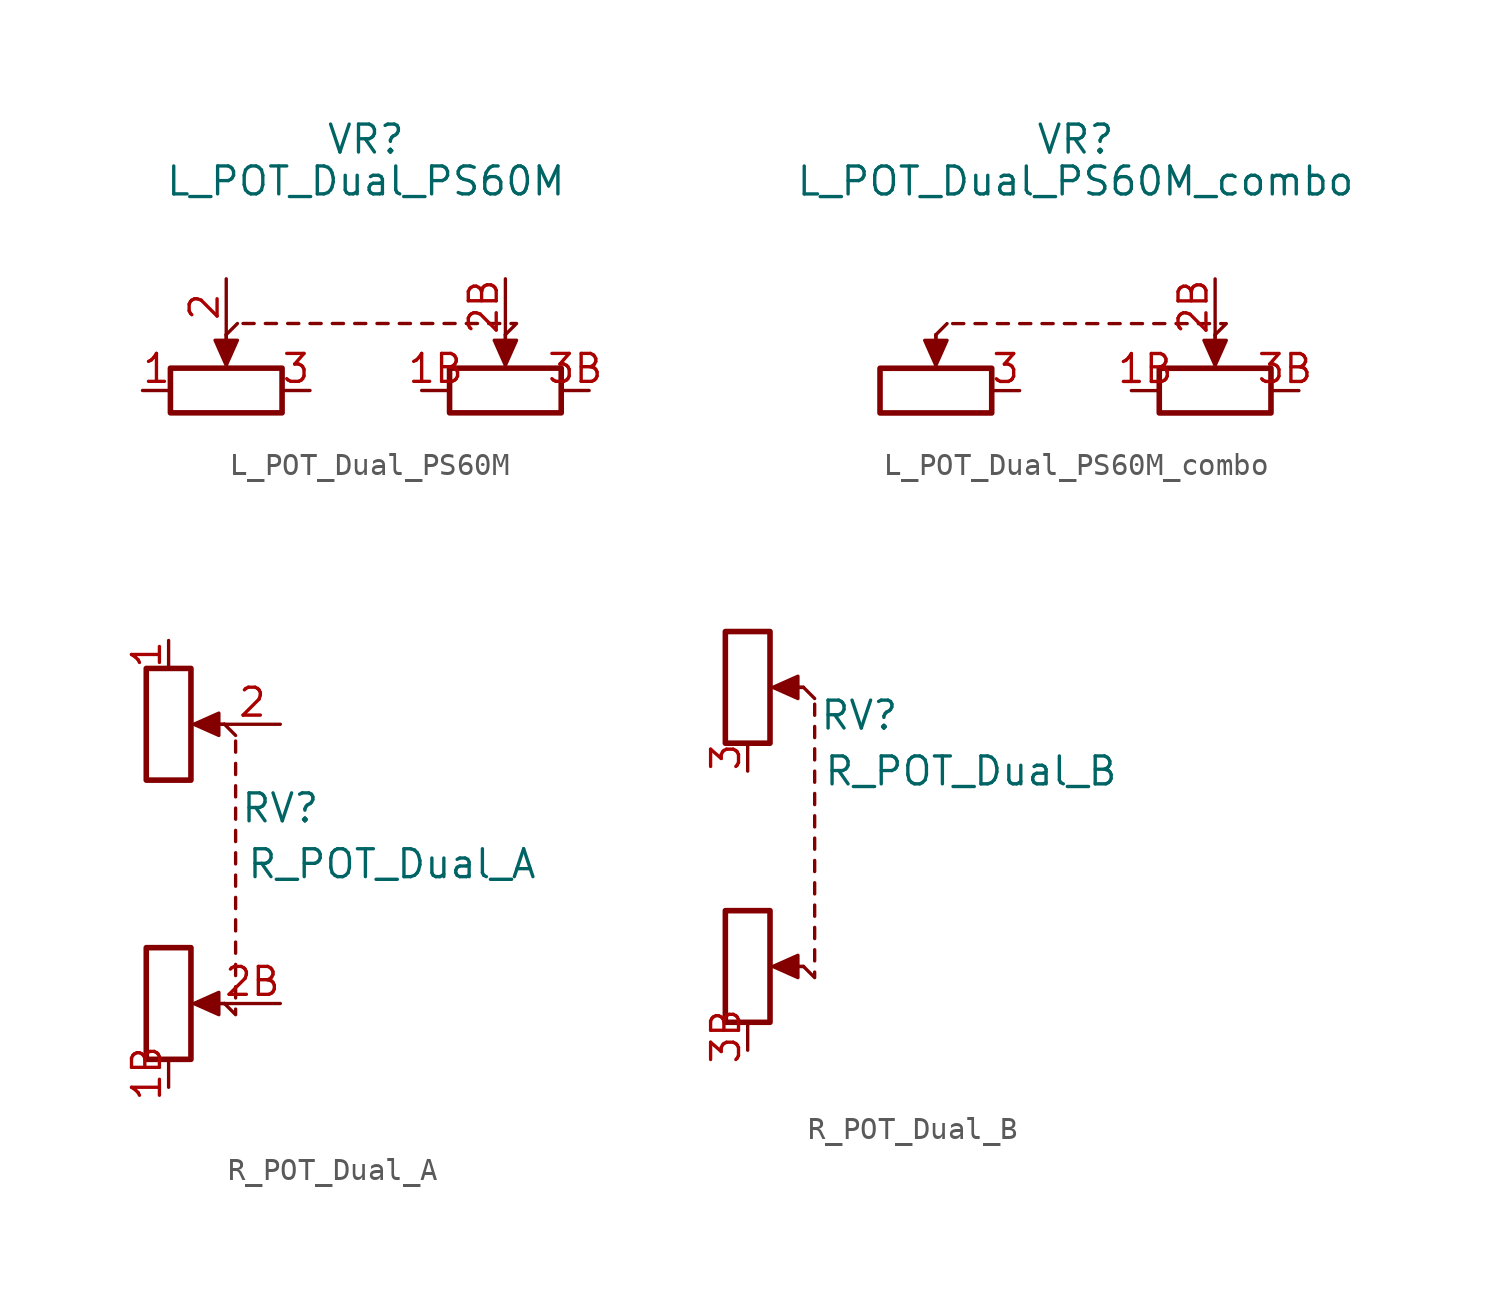
<source format=kicad_sym>
(kicad_symbol_lib
  (version 20211014)
  (generator kicad_symbol_editor)
  (symbol "L_POT_Dual_PS60M"
    (pin_names
      (offset 1.016) hide)
    (property "Reference" "VR"
      (at 0 8.89 0)
      (effects (font (size 1.27 1.27))))
    (property "Value" "L_POT_Dual_PS60M"
      (at 0 6.985 0)
      (effects (font (size 1.27 1.27))))
    (symbol "L_POT_Dual_PS60M_0_1"
      (rectangle (start -8.89 -1.524) (end -3.81 -3.556) (stroke (width 0.254) (type default) (color 0 0 0 0)) (fill (type none)))
      (polyline (pts (xy -6.35 0) (xy -6.35 -1.016)) (stroke (width 0) (type default) (color 0 0 0 0)) (fill (type none)))
      (polyline (pts (xy -6.35 0) (xy -6.35 -1.016)) (stroke (width 0) (type default) (color 0 0 0 0)) (fill (type none)))
      (polyline (pts (xy -6.35 0) (xy -5.842 0.508)) (stroke (width 0) (type default) (color 0 0 0 0)) (fill (type none)))
      (polyline (pts (xy -5.588 0.508) (xy -5.08 0.508)) (stroke (width 0) (type default) (color 0 0 0 0)) (fill (type none)))
      (polyline (pts (xy -4.572 0.508) (xy -4.064 0.508)) (stroke (width 0) (type default) (color 0 0 0 0)) (fill (type none)))
      (polyline (pts (xy -3.556 0.508) (xy -3.048 0.508)) (stroke (width 0) (type default) (color 0 0 0 0)) (fill (type none)))
      (polyline (pts (xy -2.54 0.508) (xy -2.032 0.508)) (stroke (width 0) (type default) (color 0 0 0 0)) (fill (type none)))
      (polyline (pts (xy -1.524 0.508) (xy -1.016 0.508)) (stroke (width 0) (type default) (color 0 0 0 0)) (fill (type none)))
      (polyline (pts (xy -0.508 0.508) (xy 0 0.508)) (stroke (width 0) (type default) (color 0 0 0 0)) (fill (type none)))
      (polyline (pts (xy 0.508 0.508) (xy 1.016 0.508)) (stroke (width 0) (type default) (color 0 0 0 0)) (fill (type none)))
      (polyline (pts (xy 1.524 0.508) (xy 2.032 0.508)) (stroke (width 0) (type default) (color 0 0 0 0)) (fill (type none)))
      (polyline (pts (xy 2.54 0.508) (xy 3.048 0.508)) (stroke (width 0) (type default) (color 0 0 0 0)) (fill (type none)))
      (polyline (pts (xy 3.556 0.508) (xy 4.064 0.508)) (stroke (width 0) (type default) (color 0 0 0 0)) (fill (type none)))
      (polyline (pts (xy 4.572 0.508) (xy 5.08 0.508)) (stroke (width 0) (type default) (color 0 0 0 0)) (fill (type none)))
      (polyline (pts (xy 5.588 0.508) (xy 6.096 0.508)) (stroke (width 0) (type default) (color 0 0 0 0)) (fill (type none)))
      (polyline (pts (xy 6.35 0) (xy 6.35 -1.016)) (stroke (width 0) (type default) (color 0 0 0 0)) (fill (type none)))
      (polyline (pts (xy 6.35 0) (xy 6.35 -1.016)) (stroke (width 0) (type default) (color 0 0 0 0)) (fill (type none)))
      (polyline (pts (xy 6.604 0.508) (xy 6.858 0.508) (xy 6.35 0)) (stroke (width 0) (type default) (color 0 0 0 0)) (fill (type none)))
      (polyline (pts (xy -6.35 -1.397) (xy -6.858 -0.254) (xy -5.842 -0.254) (xy -6.35 -1.397)) (stroke (width 0) (type default) (color 0 0 0 0)) (fill (type outline)))
      (polyline (pts (xy 6.35 -1.397) (xy 5.842 -0.254) (xy 6.858 -0.254) (xy 6.35 -1.397)) (stroke (width 0) (type default) (color 0 0 0 0)) (fill (type outline)))
      (rectangle (start 3.81 -1.524) (end 8.89 -3.556) (stroke (width 0.254) (type default) (color 0 0 0 0)) (fill (type none))))
    (symbol "L_POT_Dual_PS60M_1_1"
      (pin passive line (at -10.16 -2.54 0) (length 1.27) (name "1" (effects (font (size 1.27 1.27)))) (number "1" (effects (font (size 1.27 1.27)))))
      (pin passive line (at 2.54 -2.54 0) (length 1.27) (name "1B" (effects (font (size 1.27 1.27)))) (number "1B" (effects (font (size 1.27 1.27)))))
      (pin passive line (at -6.35 2.54 270) (length 2.54) (name "2" (effects (font (size 1.27 1.27)))) (number "2" (effects (font (size 1.27 1.27)))))
      (pin passive line (at 6.35 2.54 270) (length 2.54) (name "2B" (effects (font (size 1.27 1.27)))) (number "2B" (effects (font (size 1.27 1.27)))))
      (pin passive line (at -2.54 -2.54 180) (length 1.27) (name "3" (effects (font (size 1.27 1.27)))) (number "3" (effects (font (size 1.27 1.27)))))
      (pin passive line (at 10.16 -2.54 180) (length 1.27) (name "3B" (effects (font (size 1.27 1.27)))) (number "3B" (effects (font (size 1.27 1.27)))))))
  (symbol "L_POT_Dual_PS60M_combo"
    (pin_names
      (offset 1.016) hide)
    (property "Reference" "VR"
      (at 0 8.89 0)
      (effects (font (size 1.27 1.27))))
    (property "Value" "L_POT_Dual_PS60M_combo"
      (at 0 6.985 0)
      (effects (font (size 1.27 1.27))))
    (symbol "L_POT_Dual_PS60M_combo_0_1"
      (rectangle (start -8.89 -1.524) (end -3.81 -3.556) (stroke (width 0.254) (type default) (color 0 0 0 0)) (fill (type none)))
      (polyline (pts (xy -6.35 0) (xy -6.35 -1.016)) (stroke (width 0) (type default) (color 0 0 0 0)) (fill (type none)))
      (polyline (pts (xy -6.35 0) (xy -6.35 -1.016)) (stroke (width 0) (type default) (color 0 0 0 0)) (fill (type none)))
      (polyline (pts (xy -6.35 0) (xy -5.842 0.508)) (stroke (width 0) (type default) (color 0 0 0 0)) (fill (type none)))
      (polyline (pts (xy -5.588 0.508) (xy -5.08 0.508)) (stroke (width 0) (type default) (color 0 0 0 0)) (fill (type none)))
      (polyline (pts (xy -4.572 0.508) (xy -4.064 0.508)) (stroke (width 0) (type default) (color 0 0 0 0)) (fill (type none)))
      (polyline (pts (xy -3.556 0.508) (xy -3.048 0.508)) (stroke (width 0) (type default) (color 0 0 0 0)) (fill (type none)))
      (polyline (pts (xy -2.54 0.508) (xy -2.032 0.508)) (stroke (width 0) (type default) (color 0 0 0 0)) (fill (type none)))
      (polyline (pts (xy -1.524 0.508) (xy -1.016 0.508)) (stroke (width 0) (type default) (color 0 0 0 0)) (fill (type none)))
      (polyline (pts (xy -0.508 0.508) (xy 0 0.508)) (stroke (width 0) (type default) (color 0 0 0 0)) (fill (type none)))
      (polyline (pts (xy 0.508 0.508) (xy 1.016 0.508)) (stroke (width 0) (type default) (color 0 0 0 0)) (fill (type none)))
      (polyline (pts (xy 1.524 0.508) (xy 2.032 0.508)) (stroke (width 0) (type default) (color 0 0 0 0)) (fill (type none)))
      (polyline (pts (xy 2.54 0.508) (xy 3.048 0.508)) (stroke (width 0) (type default) (color 0 0 0 0)) (fill (type none)))
      (polyline (pts (xy 3.556 0.508) (xy 4.064 0.508)) (stroke (width 0) (type default) (color 0 0 0 0)) (fill (type none)))
      (polyline (pts (xy 4.572 0.508) (xy 5.08 0.508)) (stroke (width 0) (type default) (color 0 0 0 0)) (fill (type none)))
      (polyline (pts (xy 5.588 0.508) (xy 6.096 0.508)) (stroke (width 0) (type default) (color 0 0 0 0)) (fill (type none)))
      (polyline (pts (xy 6.35 0) (xy 6.35 -1.016)) (stroke (width 0) (type default) (color 0 0 0 0)) (fill (type none)))
      (polyline (pts (xy 6.35 0) (xy 6.35 -1.016)) (stroke (width 0) (type default) (color 0 0 0 0)) (fill (type none)))
      (polyline (pts (xy 6.604 0.508) (xy 6.858 0.508) (xy 6.35 0)) (stroke (width 0) (type default) (color 0 0 0 0)) (fill (type none)))
      (polyline (pts (xy -6.35 -1.397) (xy -6.858 -0.254) (xy -5.842 -0.254) (xy -6.35 -1.397)) (stroke (width 0) (type default) (color 0 0 0 0)) (fill (type outline)))
      (polyline (pts (xy 6.35 -1.397) (xy 5.842 -0.254) (xy 6.858 -0.254) (xy 6.35 -1.397)) (stroke (width 0) (type default) (color 0 0 0 0)) (fill (type outline)))
      (rectangle (start 3.81 -1.524) (end 8.89 -3.556) (stroke (width 0.254) (type default) (color 0 0 0 0)) (fill (type none))))
    (symbol "L_POT_Dual_PS60M_combo_1_1"
      (pin passive line (at 2.54 -2.54 0) (length 1.27) (name "1B" (effects (font (size 1.27 1.27)))) (number "1B" (effects (font (size 1.27 1.27)))))
      (pin passive line (at 6.35 2.54 270) (length 2.54) (name "2B" (effects (font (size 1.27 1.27)))) (number "2B" (effects (font (size 1.27 1.27)))))
      (pin passive line (at -2.54 -2.54 180) (length 1.27) (name "3" (effects (font (size 1.27 1.27)))) (number "3" (effects (font (size 1.27 1.27)))))
      (pin passive line (at 10.16 -2.54 180) (length 1.27) (name "3B" (effects (font (size 1.27 1.27)))) (number "3B" (effects (font (size 1.27 1.27)))))))
  (symbol "R_POT_Dual_A"
    (pin_names
      (offset 1.016) hide)
    (property "Reference" "RV"
      (at 0 5.08 0)
      (effects (font (size 1.27 1.27))))
    (property "Value" "R_POT_Dual_A"
      (at 5.08 2.54 0)
      (effects (font (size 1.27 1.27))))
    (symbol "R_POT_Dual_A_0_1"
      (rectangle (start -4.064 -1.27) (end -6.096 -6.35) (stroke (width 0.254) (type default) (color 0 0 0 0)) (fill (type none)))
      (rectangle (start -4.064 11.43) (end -6.096 6.35) (stroke (width 0.254) (type default) (color 0 0 0 0)) (fill (type none)))
      (polyline (pts (xy -2.54 -3.81) (xy -3.556 -3.81)) (stroke (width 0) (type default) (color 0 0 0 0)) (fill (type none)))
      (polyline (pts (xy -2.54 -3.81) (xy -3.556 -3.81)) (stroke (width 0) (type default) (color 0 0 0 0)) (fill (type none)))
      (polyline (pts (xy -2.54 8.89) (xy -3.556 8.89)) (stroke (width 0) (type default) (color 0 0 0 0)) (fill (type none)))
      (polyline (pts (xy -2.54 8.89) (xy -3.556 8.89)) (stroke (width 0) (type default) (color 0 0 0 0)) (fill (type none)))
      (polyline (pts (xy -2.54 8.89) (xy -2.032 8.382)) (stroke (width 0) (type default) (color 0 0 0 0)) (fill (type none)))
      (polyline (pts (xy -2.032 -3.048) (xy -2.032 -3.556)) (stroke (width 0) (type default) (color 0 0 0 0)) (fill (type none)))
      (polyline (pts (xy -2.032 -2.032) (xy -2.032 -2.54)) (stroke (width 0) (type default) (color 0 0 0 0)) (fill (type none)))
      (polyline (pts (xy -2.032 -1.016) (xy -2.032 -1.524)) (stroke (width 0) (type default) (color 0 0 0 0)) (fill (type none)))
      (polyline (pts (xy -2.032 0) (xy -2.032 -0.508)) (stroke (width 0) (type default) (color 0 0 0 0)) (fill (type none)))
      (polyline (pts (xy -2.032 1.016) (xy -2.032 0.508)) (stroke (width 0) (type default) (color 0 0 0 0)) (fill (type none)))
      (polyline (pts (xy -2.032 2.032) (xy -2.032 1.524)) (stroke (width 0) (type default) (color 0 0 0 0)) (fill (type none)))
      (polyline (pts (xy -2.032 3.048) (xy -2.032 2.54)) (stroke (width 0) (type default) (color 0 0 0 0)) (fill (type none)))
      (polyline (pts (xy -2.032 4.064) (xy -2.032 3.556)) (stroke (width 0) (type default) (color 0 0 0 0)) (fill (type none)))
      (polyline (pts (xy -2.032 5.08) (xy -2.032 4.572)) (stroke (width 0) (type default) (color 0 0 0 0)) (fill (type none)))
      (polyline (pts (xy -2.032 6.096) (xy -2.032 5.588)) (stroke (width 0) (type default) (color 0 0 0 0)) (fill (type none)))
      (polyline (pts (xy -2.032 7.112) (xy -2.032 6.604)) (stroke (width 0) (type default) (color 0 0 0 0)) (fill (type none)))
      (polyline (pts (xy -2.032 8.128) (xy -2.032 7.62)) (stroke (width 0) (type default) (color 0 0 0 0)) (fill (type none)))
      (polyline (pts (xy -2.032 -4.064) (xy -2.032 -4.318) (xy -2.54 -3.81)) (stroke (width 0) (type default) (color 0 0 0 0)) (fill (type none)))
      (polyline (pts (xy -3.937 -3.81) (xy -2.794 -3.302) (xy -2.794 -4.318) (xy -3.937 -3.81)) (stroke (width 0) (type default) (color 0 0 0 0)) (fill (type outline)))
      (polyline (pts (xy -3.937 8.89) (xy -2.794 9.398) (xy -2.794 8.382) (xy -3.937 8.89)) (stroke (width 0) (type default) (color 0 0 0 0)) (fill (type outline))))
    (symbol "R_POT_Dual_A_1_1"
      (pin passive line (at -5.08 12.7 270) (length 1.27) (name "1" (effects (font (size 1.27 1.27)))) (number "1" (effects (font (size 1.27 1.27)))))
      (pin passive line (at -5.08 -7.62 90) (length 1.27) (name "1B" (effects (font (size 1.27 1.27)))) (number "1B" (effects (font (size 1.27 1.27)))))
      (pin passive line (at 0 8.89 180) (length 2.54) (name "2" (effects (font (size 1.27 1.27)))) (number "2" (effects (font (size 1.27 1.27)))))
      (pin passive line (at 0 -3.81 180) (length 2.54) (name "2B" (effects (font (size 1.27 1.27)))) (number "2B" (effects (font (size 1.27 1.27)))))))
  (symbol "R_POT_Dual_B"
    (pin_names
      (offset 1.016) hide)
    (property "Reference" "RV"
      (at 0 7.62 0)
      (effects (font (size 1.27 1.27))))
    (property "Value" "R_POT_Dual_B"
      (at 5.08 5.08 0)
      (effects (font (size 1.27 1.27))))
    (symbol "R_POT_Dual_B_0_1"
      (rectangle (start -4.064 -1.27) (end -6.096 -6.35) (stroke (width 0.254) (type default) (color 0 0 0 0)) (fill (type none)))
      (rectangle (start -4.064 11.43) (end -6.096 6.35) (stroke (width 0.254) (type default) (color 0 0 0 0)) (fill (type none)))
      (polyline (pts (xy -2.54 -3.81) (xy -3.556 -3.81)) (stroke (width 0) (type default) (color 0 0 0 0)) (fill (type none)))
      (polyline (pts (xy -2.54 -3.81) (xy -3.556 -3.81)) (stroke (width 0) (type default) (color 0 0 0 0)) (fill (type none)))
      (polyline (pts (xy -2.54 8.89) (xy -3.556 8.89)) (stroke (width 0) (type default) (color 0 0 0 0)) (fill (type none)))
      (polyline (pts (xy -2.54 8.89) (xy -3.556 8.89)) (stroke (width 0) (type default) (color 0 0 0 0)) (fill (type none)))
      (polyline (pts (xy -2.54 8.89) (xy -2.032 8.382)) (stroke (width 0) (type default) (color 0 0 0 0)) (fill (type none)))
      (polyline (pts (xy -2.032 -3.048) (xy -2.032 -3.556)) (stroke (width 0) (type default) (color 0 0 0 0)) (fill (type none)))
      (polyline (pts (xy -2.032 -2.032) (xy -2.032 -2.54)) (stroke (width 0) (type default) (color 0 0 0 0)) (fill (type none)))
      (polyline (pts (xy -2.032 -1.016) (xy -2.032 -1.524)) (stroke (width 0) (type default) (color 0 0 0 0)) (fill (type none)))
      (polyline (pts (xy -2.032 0) (xy -2.032 -0.508)) (stroke (width 0) (type default) (color 0 0 0 0)) (fill (type none)))
      (polyline (pts (xy -2.032 1.016) (xy -2.032 0.508)) (stroke (width 0) (type default) (color 0 0 0 0)) (fill (type none)))
      (polyline (pts (xy -2.032 2.032) (xy -2.032 1.524)) (stroke (width 0) (type default) (color 0 0 0 0)) (fill (type none)))
      (polyline (pts (xy -2.032 3.048) (xy -2.032 2.54)) (stroke (width 0) (type default) (color 0 0 0 0)) (fill (type none)))
      (polyline (pts (xy -2.032 4.064) (xy -2.032 3.556)) (stroke (width 0) (type default) (color 0 0 0 0)) (fill (type none)))
      (polyline (pts (xy -2.032 5.08) (xy -2.032 4.572)) (stroke (width 0) (type default) (color 0 0 0 0)) (fill (type none)))
      (polyline (pts (xy -2.032 6.096) (xy -2.032 5.588)) (stroke (width 0) (type default) (color 0 0 0 0)) (fill (type none)))
      (polyline (pts (xy -2.032 7.112) (xy -2.032 6.604)) (stroke (width 0) (type default) (color 0 0 0 0)) (fill (type none)))
      (polyline (pts (xy -2.032 8.128) (xy -2.032 7.62)) (stroke (width 0) (type default) (color 0 0 0 0)) (fill (type none)))
      (polyline (pts (xy -2.032 -4.064) (xy -2.032 -4.318) (xy -2.54 -3.81)) (stroke (width 0) (type default) (color 0 0 0 0)) (fill (type none)))
      (polyline (pts (xy -3.937 -3.81) (xy -2.794 -3.302) (xy -2.794 -4.318) (xy -3.937 -3.81)) (stroke (width 0) (type default) (color 0 0 0 0)) (fill (type outline)))
      (polyline (pts (xy -3.937 8.89) (xy -2.794 9.398) (xy -2.794 8.382) (xy -3.937 8.89)) (stroke (width 0) (type default) (color 0 0 0 0)) (fill (type outline))))
    (symbol "R_POT_Dual_B_1_1"
      (pin passive line (at -5.08 5.08 90) (length 1.27) (name "3" (effects (font (size 1.27 1.27)))) (number "3" (effects (font (size 1.27 1.27)))))
      (pin passive line (at -5.08 -7.62 90) (length 1.27) (name "3B" (effects (font (size 1.27 1.27)))) (number "3B" (effects (font (size 1.27 1.27))))))))
</source>
